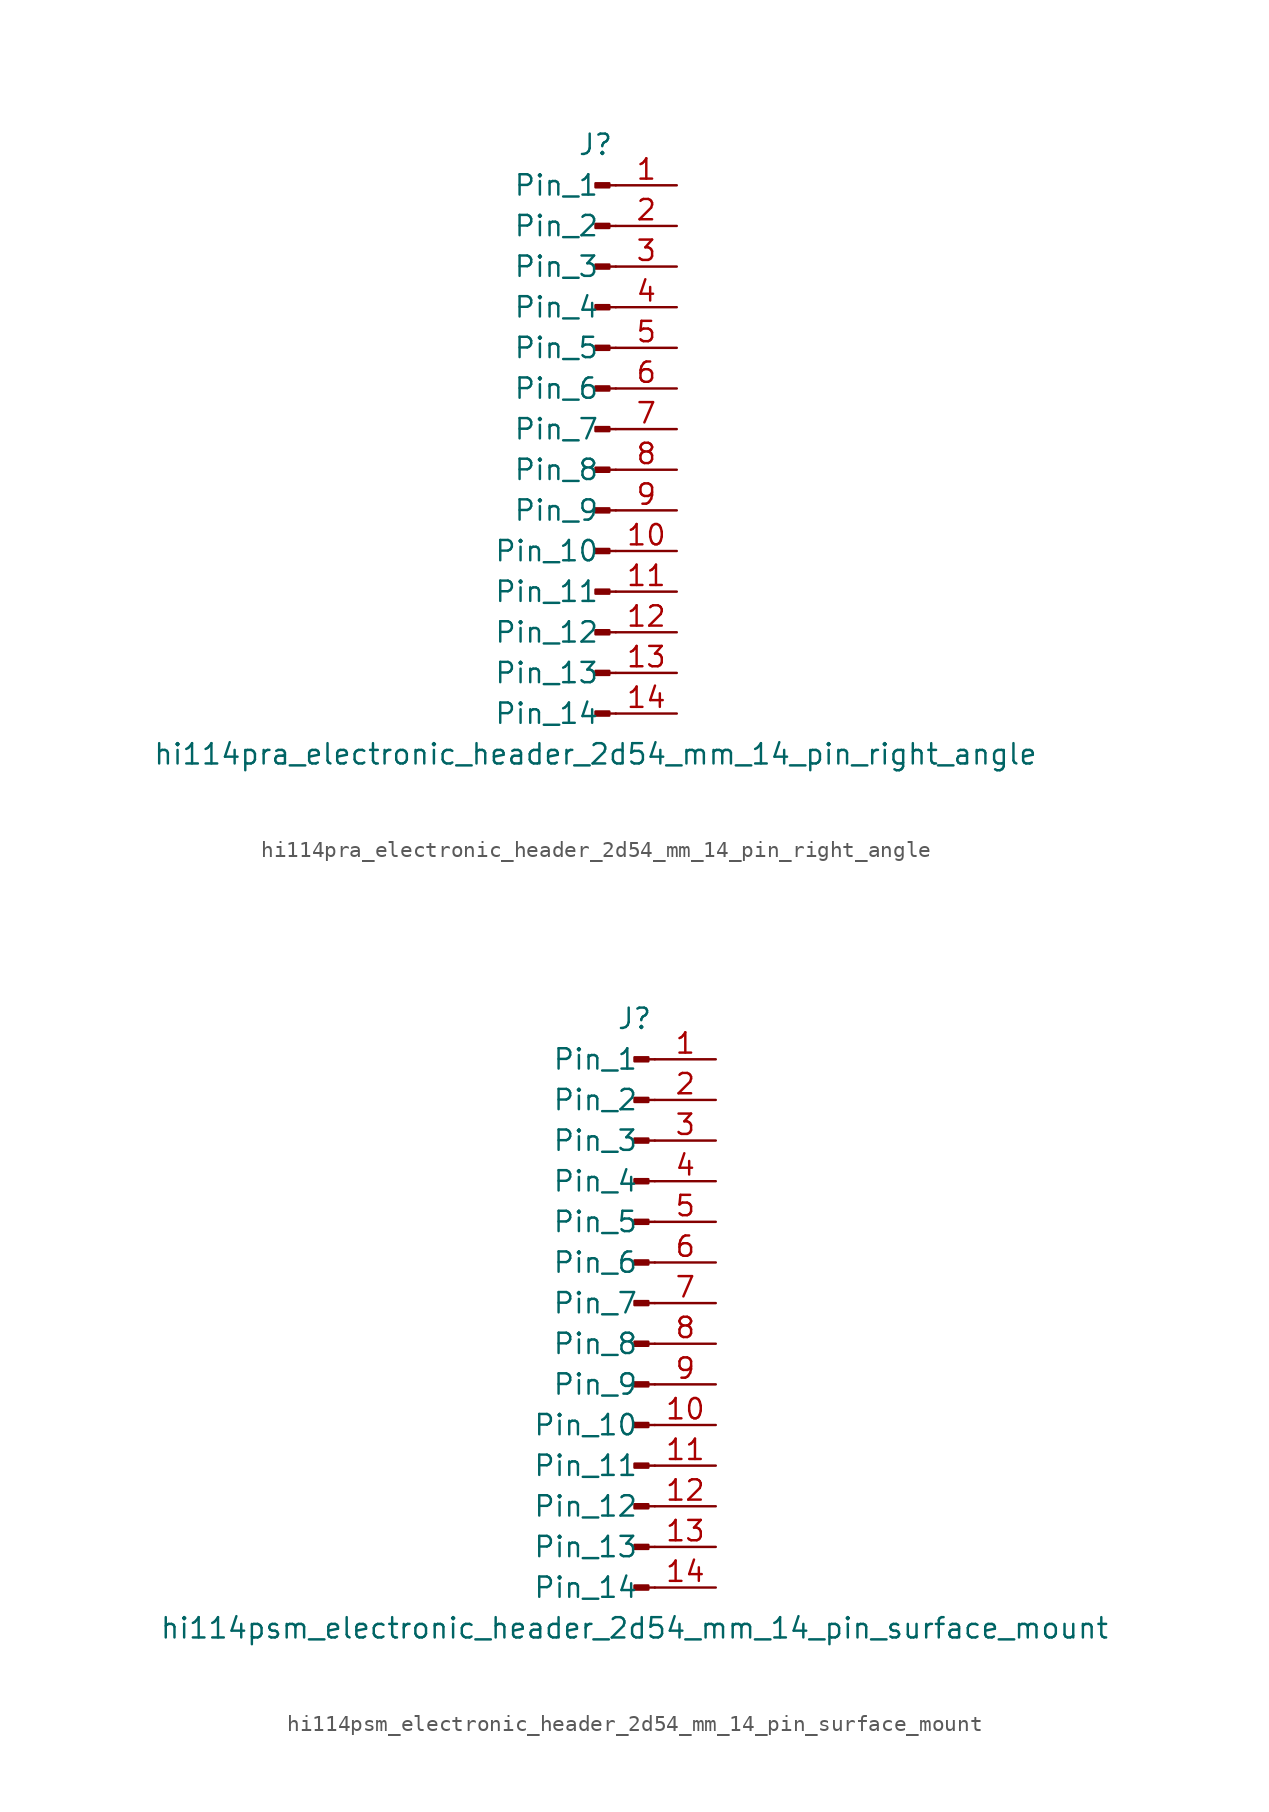
<source format=kicad_sym>
(kicad_symbol_lib
  (version 20220914)
  (generator kicad_symbol_editor)
  (symbol "hi114pra_electronic_header_2d54_mm_14_pin_right_angle"
    (pin_names
      (offset 1.016))
    (property "Reference" "J"
      (at 0 17.78 0)
      (effects (font (size 1.27 1.27))))
    (property "Value" "hi114pra_electronic_header_2d54_mm_14_pin_right_angle"
      (at 0 -20.32 0)
      (effects (font (size 1.27 1.27))))
    (property "ki_locked" ""
      (at 0 0 0)
      (effects (font (size 1.27 1.27))))
    (symbol "hi114pra_electronic_header_2d54_mm_14_pin_right_angle_1_1"
      (polyline (pts (xy 1.27 -17.78) (xy 0.864 -17.78)) (stroke (width 0.152) (type default)) (fill (type none)))
      (polyline (pts (xy 1.27 -15.24) (xy 0.864 -15.24)) (stroke (width 0.152) (type default)) (fill (type none)))
      (polyline (pts (xy 1.27 -12.7) (xy 0.864 -12.7)) (stroke (width 0.152) (type default)) (fill (type none)))
      (polyline (pts (xy 1.27 -10.16) (xy 0.864 -10.16)) (stroke (width 0.152) (type default)) (fill (type none)))
      (polyline (pts (xy 1.27 -7.62) (xy 0.864 -7.62)) (stroke (width 0.152) (type default)) (fill (type none)))
      (polyline (pts (xy 1.27 -5.08) (xy 0.864 -5.08)) (stroke (width 0.152) (type default)) (fill (type none)))
      (polyline (pts (xy 1.27 -2.54) (xy 0.864 -2.54)) (stroke (width 0.152) (type default)) (fill (type none)))
      (polyline (pts (xy 1.27 0) (xy 0.864 0)) (stroke (width 0.152) (type default)) (fill (type none)))
      (polyline (pts (xy 1.27 2.54) (xy 0.864 2.54)) (stroke (width 0.152) (type default)) (fill (type none)))
      (polyline (pts (xy 1.27 5.08) (xy 0.864 5.08)) (stroke (width 0.152) (type default)) (fill (type none)))
      (polyline (pts (xy 1.27 7.62) (xy 0.864 7.62)) (stroke (width 0.152) (type default)) (fill (type none)))
      (polyline (pts (xy 1.27 10.16) (xy 0.864 10.16)) (stroke (width 0.152) (type default)) (fill (type none)))
      (polyline (pts (xy 1.27 12.7) (xy 0.864 12.7)) (stroke (width 0.152) (type default)) (fill (type none)))
      (polyline (pts (xy 1.27 15.24) (xy 0.864 15.24)) (stroke (width 0.152) (type default)) (fill (type none)))
      (rectangle (start 0.864 -17.653) (end 0 -17.907) (stroke (width 0.152) (type default)) (fill (type outline)))
      (rectangle (start 0.864 -15.113) (end 0 -15.367) (stroke (width 0.152) (type default)) (fill (type outline)))
      (rectangle (start 0.864 -12.573) (end 0 -12.827) (stroke (width 0.152) (type default)) (fill (type outline)))
      (rectangle (start 0.864 -10.033) (end 0 -10.287) (stroke (width 0.152) (type default)) (fill (type outline)))
      (rectangle (start 0.864 -7.493) (end 0 -7.747) (stroke (width 0.152) (type default)) (fill (type outline)))
      (rectangle (start 0.864 -4.953) (end 0 -5.207) (stroke (width 0.152) (type default)) (fill (type outline)))
      (rectangle (start 0.864 -2.413) (end 0 -2.667) (stroke (width 0.152) (type default)) (fill (type outline)))
      (rectangle (start 0.864 0.127) (end 0 -0.127) (stroke (width 0.152) (type default)) (fill (type outline)))
      (rectangle (start 0.864 2.667) (end 0 2.413) (stroke (width 0.152) (type default)) (fill (type outline)))
      (rectangle (start 0.864 5.207) (end 0 4.953) (stroke (width 0.152) (type default)) (fill (type outline)))
      (rectangle (start 0.864 7.747) (end 0 7.493) (stroke (width 0.152) (type default)) (fill (type outline)))
      (rectangle (start 0.864 10.287) (end 0 10.033) (stroke (width 0.152) (type default)) (fill (type outline)))
      (rectangle (start 0.864 12.827) (end 0 12.573) (stroke (width 0.152) (type default)) (fill (type outline)))
      (rectangle (start 0.864 15.367) (end 0 15.113) (stroke (width 0.152) (type default)) (fill (type outline)))
      (pin passive line (at 5.08 15.24 180) (length 3.81) (name "Pin_1" (effects (font (size 1.27 1.27)))) (number "1" (effects (font (size 1.27 1.27)))))
      (pin passive line (at 5.08 -7.62 180) (length 3.81) (name "Pin_10" (effects (font (size 1.27 1.27)))) (number "10" (effects (font (size 1.27 1.27)))))
      (pin passive line (at 5.08 -10.16 180) (length 3.81) (name "Pin_11" (effects (font (size 1.27 1.27)))) (number "11" (effects (font (size 1.27 1.27)))))
      (pin passive line (at 5.08 -12.7 180) (length 3.81) (name "Pin_12" (effects (font (size 1.27 1.27)))) (number "12" (effects (font (size 1.27 1.27)))))
      (pin passive line (at 5.08 -15.24 180) (length 3.81) (name "Pin_13" (effects (font (size 1.27 1.27)))) (number "13" (effects (font (size 1.27 1.27)))))
      (pin passive line (at 5.08 -17.78 180) (length 3.81) (name "Pin_14" (effects (font (size 1.27 1.27)))) (number "14" (effects (font (size 1.27 1.27)))))
      (pin passive line (at 5.08 12.7 180) (length 3.81) (name "Pin_2" (effects (font (size 1.27 1.27)))) (number "2" (effects (font (size 1.27 1.27)))))
      (pin passive line (at 5.08 10.16 180) (length 3.81) (name "Pin_3" (effects (font (size 1.27 1.27)))) (number "3" (effects (font (size 1.27 1.27)))))
      (pin passive line (at 5.08 7.62 180) (length 3.81) (name "Pin_4" (effects (font (size 1.27 1.27)))) (number "4" (effects (font (size 1.27 1.27)))))
      (pin passive line (at 5.08 5.08 180) (length 3.81) (name "Pin_5" (effects (font (size 1.27 1.27)))) (number "5" (effects (font (size 1.27 1.27)))))
      (pin passive line (at 5.08 2.54 180) (length 3.81) (name "Pin_6" (effects (font (size 1.27 1.27)))) (number "6" (effects (font (size 1.27 1.27)))))
      (pin passive line (at 5.08 0 180) (length 3.81) (name "Pin_7" (effects (font (size 1.27 1.27)))) (number "7" (effects (font (size 1.27 1.27)))))
      (pin passive line (at 5.08 -2.54 180) (length 3.81) (name "Pin_8" (effects (font (size 1.27 1.27)))) (number "8" (effects (font (size 1.27 1.27)))))
      (pin passive line (at 5.08 -5.08 180) (length 3.81) (name "Pin_9" (effects (font (size 1.27 1.27)))) (number "9" (effects (font (size 1.27 1.27)))))))
  (symbol "hi114psm_electronic_header_2d54_mm_14_pin_surface_mount"
    (pin_names
      (offset 1.016))
    (property "Reference" "J"
      (at 0 17.78 0)
      (effects (font (size 1.27 1.27))))
    (property "Value" "hi114psm_electronic_header_2d54_mm_14_pin_surface_mount"
      (at 0 -20.32 0)
      (effects (font (size 1.27 1.27))))
    (property "ki_locked" ""
      (at 0 0 0)
      (effects (font (size 1.27 1.27))))
    (symbol "hi114psm_electronic_header_2d54_mm_14_pin_surface_mount_1_1"
      (polyline (pts (xy 1.27 -17.78) (xy 0.864 -17.78)) (stroke (width 0.152) (type default)) (fill (type none)))
      (polyline (pts (xy 1.27 -15.24) (xy 0.864 -15.24)) (stroke (width 0.152) (type default)) (fill (type none)))
      (polyline (pts (xy 1.27 -12.7) (xy 0.864 -12.7)) (stroke (width 0.152) (type default)) (fill (type none)))
      (polyline (pts (xy 1.27 -10.16) (xy 0.864 -10.16)) (stroke (width 0.152) (type default)) (fill (type none)))
      (polyline (pts (xy 1.27 -7.62) (xy 0.864 -7.62)) (stroke (width 0.152) (type default)) (fill (type none)))
      (polyline (pts (xy 1.27 -5.08) (xy 0.864 -5.08)) (stroke (width 0.152) (type default)) (fill (type none)))
      (polyline (pts (xy 1.27 -2.54) (xy 0.864 -2.54)) (stroke (width 0.152) (type default)) (fill (type none)))
      (polyline (pts (xy 1.27 0) (xy 0.864 0)) (stroke (width 0.152) (type default)) (fill (type none)))
      (polyline (pts (xy 1.27 2.54) (xy 0.864 2.54)) (stroke (width 0.152) (type default)) (fill (type none)))
      (polyline (pts (xy 1.27 5.08) (xy 0.864 5.08)) (stroke (width 0.152) (type default)) (fill (type none)))
      (polyline (pts (xy 1.27 7.62) (xy 0.864 7.62)) (stroke (width 0.152) (type default)) (fill (type none)))
      (polyline (pts (xy 1.27 10.16) (xy 0.864 10.16)) (stroke (width 0.152) (type default)) (fill (type none)))
      (polyline (pts (xy 1.27 12.7) (xy 0.864 12.7)) (stroke (width 0.152) (type default)) (fill (type none)))
      (polyline (pts (xy 1.27 15.24) (xy 0.864 15.24)) (stroke (width 0.152) (type default)) (fill (type none)))
      (rectangle (start 0.864 -17.653) (end 0 -17.907) (stroke (width 0.152) (type default)) (fill (type outline)))
      (rectangle (start 0.864 -15.113) (end 0 -15.367) (stroke (width 0.152) (type default)) (fill (type outline)))
      (rectangle (start 0.864 -12.573) (end 0 -12.827) (stroke (width 0.152) (type default)) (fill (type outline)))
      (rectangle (start 0.864 -10.033) (end 0 -10.287) (stroke (width 0.152) (type default)) (fill (type outline)))
      (rectangle (start 0.864 -7.493) (end 0 -7.747) (stroke (width 0.152) (type default)) (fill (type outline)))
      (rectangle (start 0.864 -4.953) (end 0 -5.207) (stroke (width 0.152) (type default)) (fill (type outline)))
      (rectangle (start 0.864 -2.413) (end 0 -2.667) (stroke (width 0.152) (type default)) (fill (type outline)))
      (rectangle (start 0.864 0.127) (end 0 -0.127) (stroke (width 0.152) (type default)) (fill (type outline)))
      (rectangle (start 0.864 2.667) (end 0 2.413) (stroke (width 0.152) (type default)) (fill (type outline)))
      (rectangle (start 0.864 5.207) (end 0 4.953) (stroke (width 0.152) (type default)) (fill (type outline)))
      (rectangle (start 0.864 7.747) (end 0 7.493) (stroke (width 0.152) (type default)) (fill (type outline)))
      (rectangle (start 0.864 10.287) (end 0 10.033) (stroke (width 0.152) (type default)) (fill (type outline)))
      (rectangle (start 0.864 12.827) (end 0 12.573) (stroke (width 0.152) (type default)) (fill (type outline)))
      (rectangle (start 0.864 15.367) (end 0 15.113) (stroke (width 0.152) (type default)) (fill (type outline)))
      (pin passive line (at 5.08 15.24 180) (length 3.81) (name "Pin_1" (effects (font (size 1.27 1.27)))) (number "1" (effects (font (size 1.27 1.27)))))
      (pin passive line (at 5.08 -7.62 180) (length 3.81) (name "Pin_10" (effects (font (size 1.27 1.27)))) (number "10" (effects (font (size 1.27 1.27)))))
      (pin passive line (at 5.08 -10.16 180) (length 3.81) (name "Pin_11" (effects (font (size 1.27 1.27)))) (number "11" (effects (font (size 1.27 1.27)))))
      (pin passive line (at 5.08 -12.7 180) (length 3.81) (name "Pin_12" (effects (font (size 1.27 1.27)))) (number "12" (effects (font (size 1.27 1.27)))))
      (pin passive line (at 5.08 -15.24 180) (length 3.81) (name "Pin_13" (effects (font (size 1.27 1.27)))) (number "13" (effects (font (size 1.27 1.27)))))
      (pin passive line (at 5.08 -17.78 180) (length 3.81) (name "Pin_14" (effects (font (size 1.27 1.27)))) (number "14" (effects (font (size 1.27 1.27)))))
      (pin passive line (at 5.08 12.7 180) (length 3.81) (name "Pin_2" (effects (font (size 1.27 1.27)))) (number "2" (effects (font (size 1.27 1.27)))))
      (pin passive line (at 5.08 10.16 180) (length 3.81) (name "Pin_3" (effects (font (size 1.27 1.27)))) (number "3" (effects (font (size 1.27 1.27)))))
      (pin passive line (at 5.08 7.62 180) (length 3.81) (name "Pin_4" (effects (font (size 1.27 1.27)))) (number "4" (effects (font (size 1.27 1.27)))))
      (pin passive line (at 5.08 5.08 180) (length 3.81) (name "Pin_5" (effects (font (size 1.27 1.27)))) (number "5" (effects (font (size 1.27 1.27)))))
      (pin passive line (at 5.08 2.54 180) (length 3.81) (name "Pin_6" (effects (font (size 1.27 1.27)))) (number "6" (effects (font (size 1.27 1.27)))))
      (pin passive line (at 5.08 0 180) (length 3.81) (name "Pin_7" (effects (font (size 1.27 1.27)))) (number "7" (effects (font (size 1.27 1.27)))))
      (pin passive line (at 5.08 -2.54 180) (length 3.81) (name "Pin_8" (effects (font (size 1.27 1.27)))) (number "8" (effects (font (size 1.27 1.27)))))
      (pin passive line (at 5.08 -5.08 180) (length 3.81) (name "Pin_9" (effects (font (size 1.27 1.27)))) (number "9" (effects (font (size 1.27 1.27))))))))
</source>
